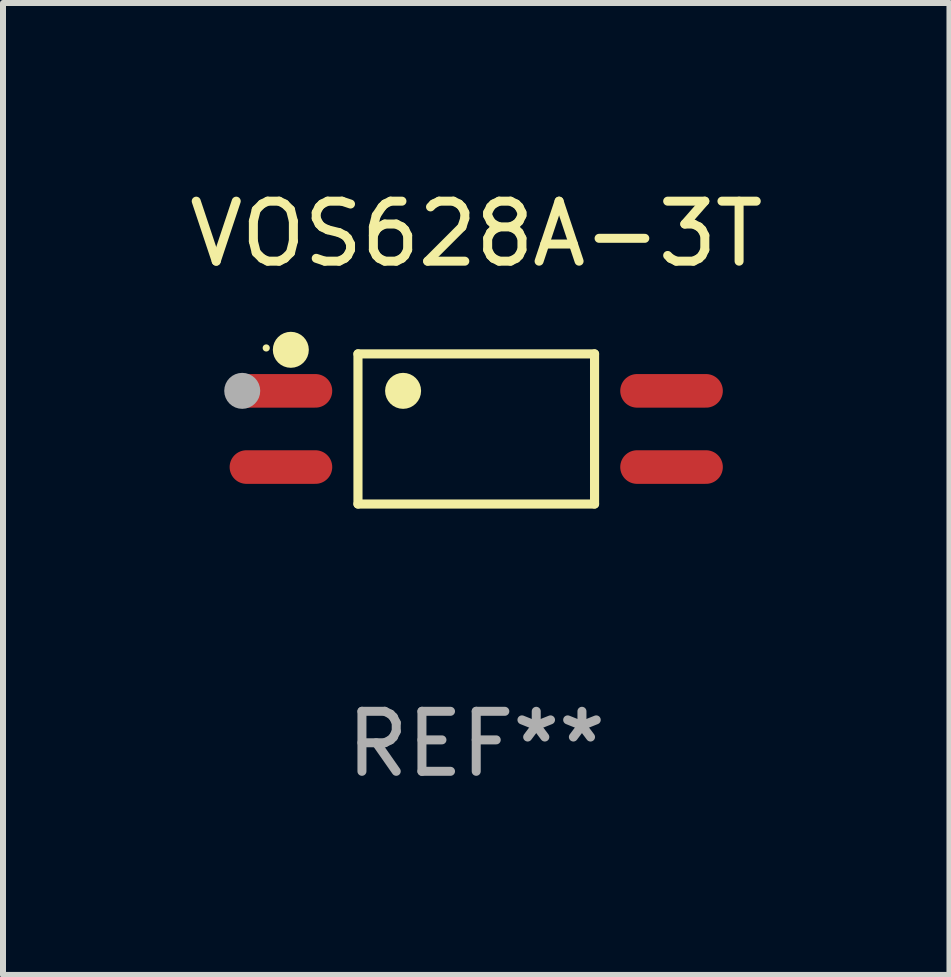
<source format=kicad_pcb>
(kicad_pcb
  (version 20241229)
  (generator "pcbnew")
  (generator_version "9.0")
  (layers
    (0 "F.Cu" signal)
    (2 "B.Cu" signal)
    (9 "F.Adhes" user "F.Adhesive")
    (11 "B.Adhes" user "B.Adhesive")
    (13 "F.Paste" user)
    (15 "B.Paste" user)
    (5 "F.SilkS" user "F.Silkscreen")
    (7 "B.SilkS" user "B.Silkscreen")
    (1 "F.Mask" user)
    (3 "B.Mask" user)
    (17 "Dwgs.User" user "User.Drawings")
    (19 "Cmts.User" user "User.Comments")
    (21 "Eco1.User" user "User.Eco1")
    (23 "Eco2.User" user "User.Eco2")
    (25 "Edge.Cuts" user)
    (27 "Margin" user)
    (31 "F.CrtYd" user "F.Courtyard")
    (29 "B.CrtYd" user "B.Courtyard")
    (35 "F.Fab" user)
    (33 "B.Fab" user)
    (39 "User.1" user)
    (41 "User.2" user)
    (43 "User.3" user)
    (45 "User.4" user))
  (footprint "VOS628A-3T"
    (layer "F.Cu")
    (at 4.887 4.099)
    (property "Reference" "VOS628A-3T" (at 0 -3.251 0) (layer "F.SilkS") (effects (font (size 1 1) (thickness 0.15))))
    (attr through_hole)
    (fp_line (start -1.971 -1.251) (end 1.972 -1.251) (stroke (width 0.152) (type solid)) (layer "F.SilkS"))
    (fp_line (start -1.971 1.251) (end -1.971 -1.251) (stroke (width 0.152) (type solid)) (layer "F.SilkS"))
    (fp_line (start 1.972 -1.251) (end 1.972 1.251) (stroke (width 0.152) (type solid)) (layer "F.SilkS"))
    (fp_line (start 1.972 1.251) (end -1.971 1.251) (stroke (width 0.152) (type solid)) (layer "F.SilkS"))
    (fp_circle (center -3.5 -1.35) (end -3.47 -1.35) (stroke (width 0.06) (type solid)) (fill no) (layer "F.SilkS"))
    (fp_circle (center -3.09 -1.319) (end -2.94 -1.319) (stroke (width 0.3) (type solid)) (fill no) (layer "F.SilkS"))
    (fp_circle (center -1.219 -0.635) (end -1.069 -0.635) (stroke (width 0.3) (type solid)) (fill no) (layer "F.SilkS"))
    (fp_circle (center -3.9 -0.635) (end -3.75 -0.635) (stroke (width 0.3) (type solid)) (fill no) (layer "F.Fab"))
    (fp_text user "REF**" (at 0 5.251 0) (layer "F.Fab") (effects (font (size 1 1) (thickness 0.15))))
    (pad "1" smd oval (at -3.255 -0.635 270) (size 0.56 1.71) (layers "F.Cu" "F.Mask" "F.Paste"))
    (pad "2" smd oval (at -3.255 0.635 270) (size 0.56 1.71) (layers "F.Cu" "F.Mask" "F.Paste"))
    (pad "3" smd oval (at 3.255 0.635 270) (size 0.56 1.71) (layers "F.Cu" "F.Mask" "F.Paste"))
    (pad "4" smd oval (at 3.255 -0.635 270) (size 0.56 1.71) (layers "F.Cu" "F.Mask" "F.Paste")))
  (gr_rect
    (start -3 -3)
    (end 12.774 13.199)
    (stroke (width 0.1) (type default))
    (fill no)
    (layer "Edge.Cuts")))
</source>
